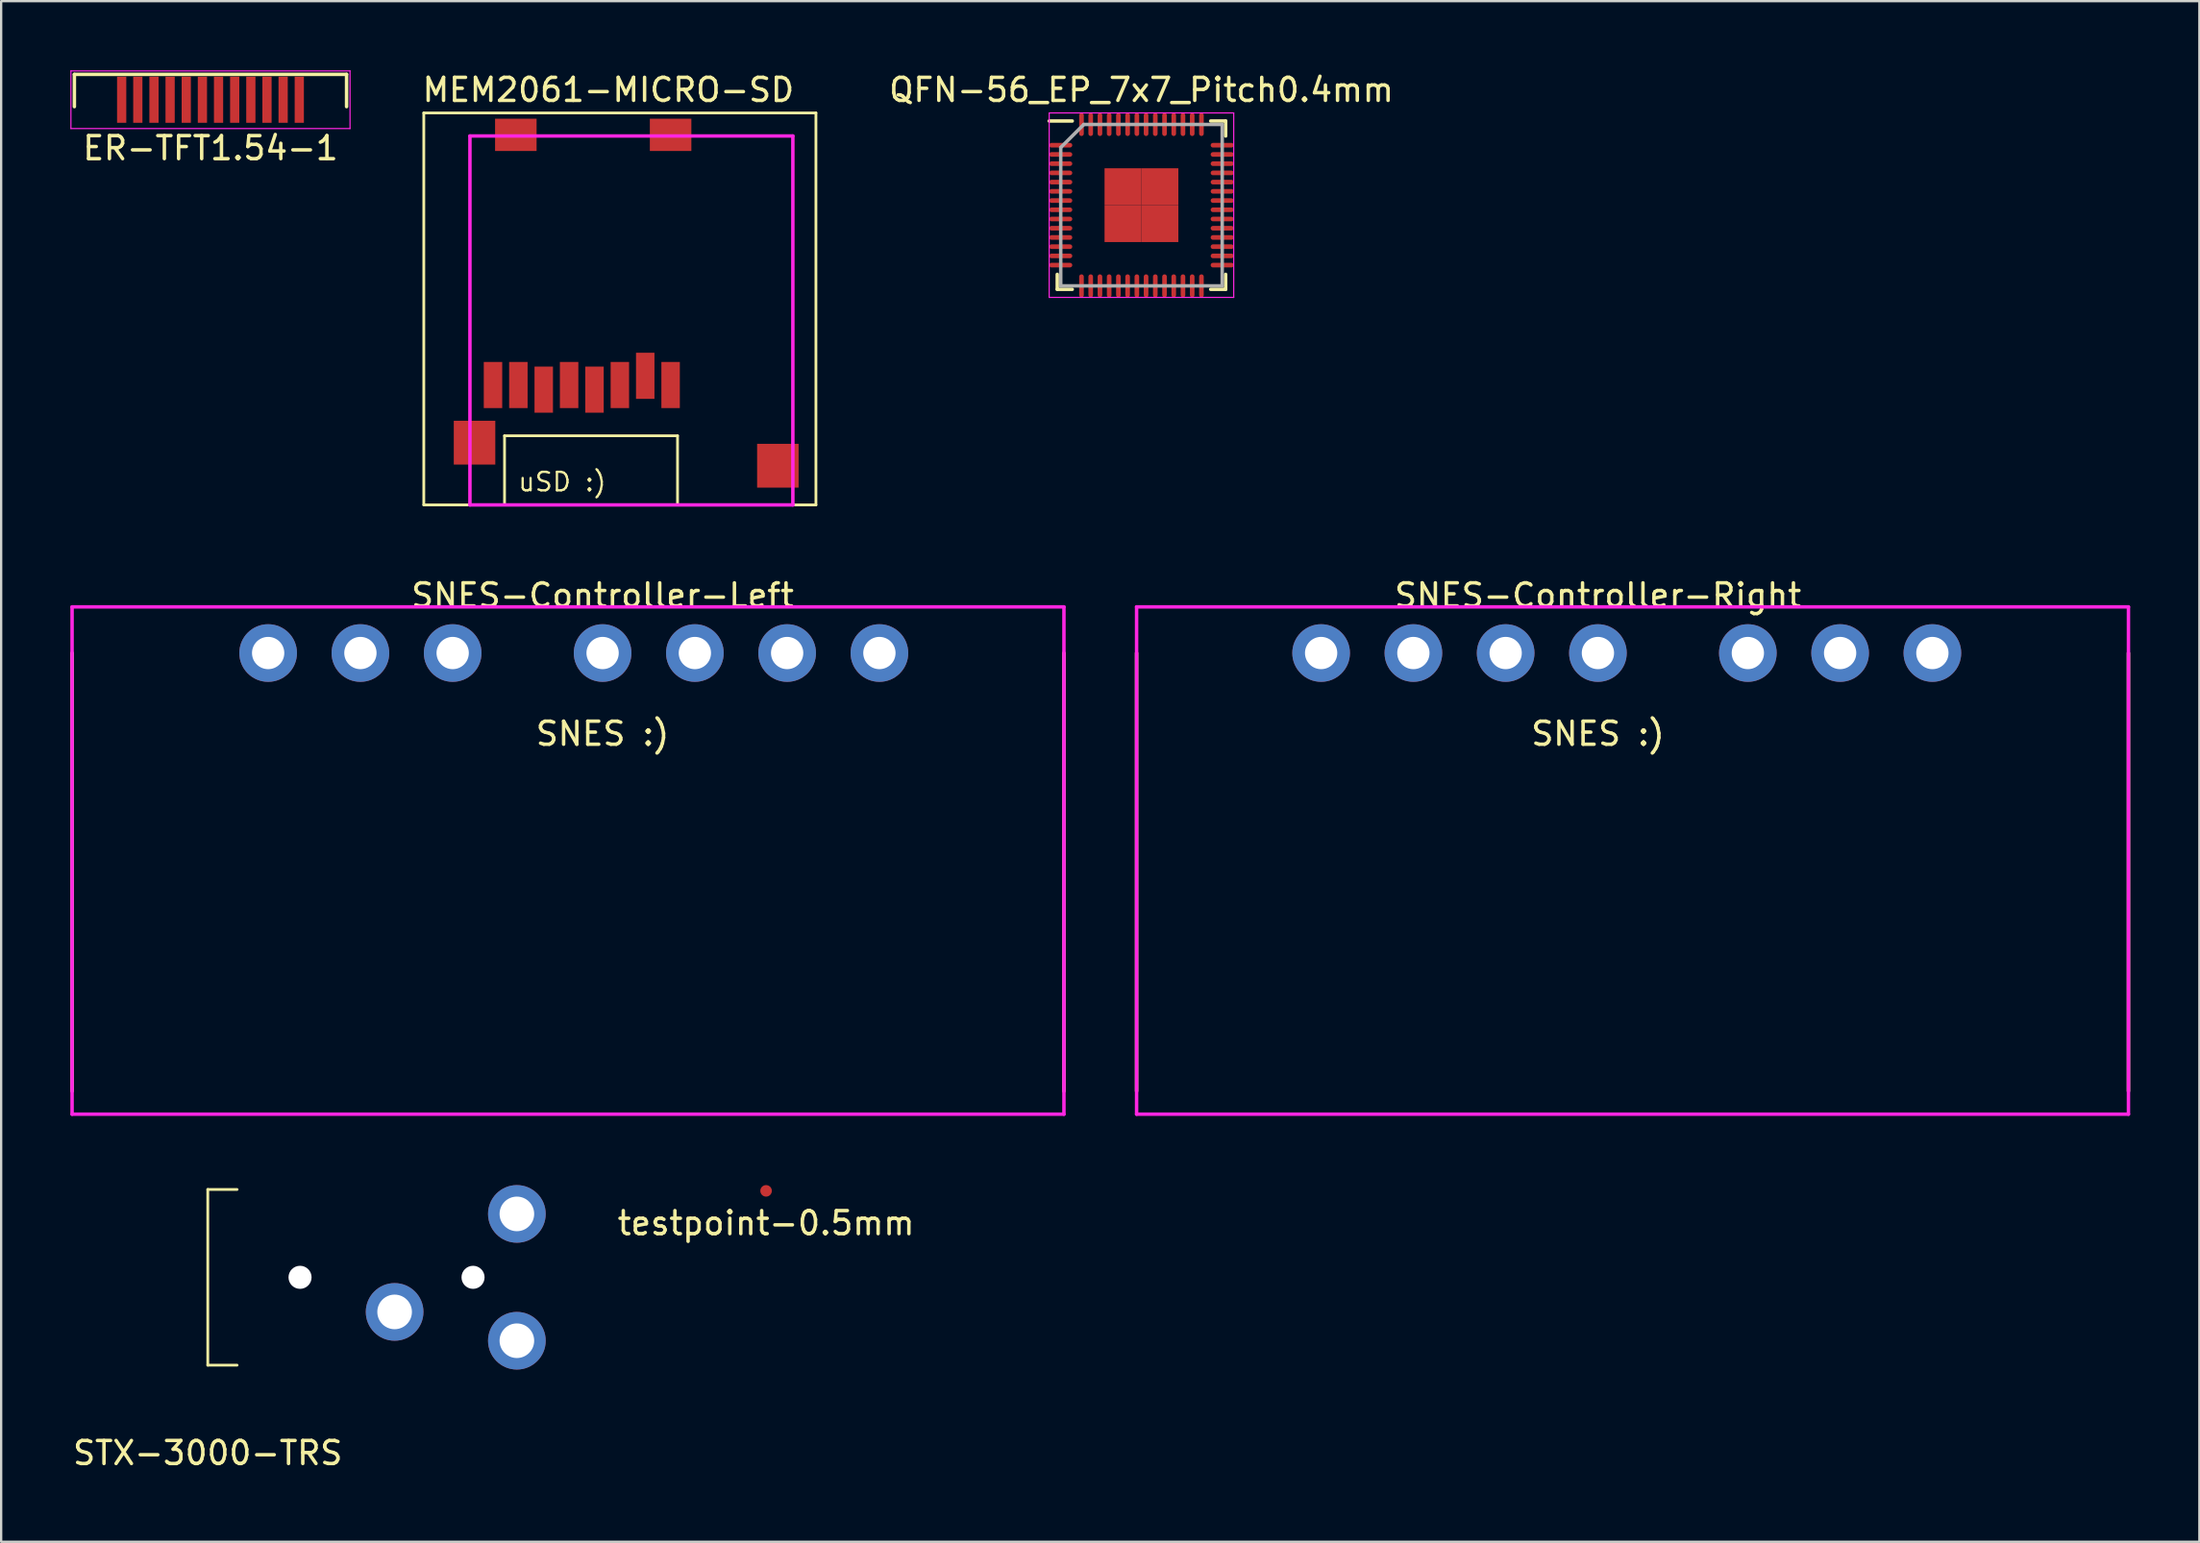
<source format=kicad_pcb>
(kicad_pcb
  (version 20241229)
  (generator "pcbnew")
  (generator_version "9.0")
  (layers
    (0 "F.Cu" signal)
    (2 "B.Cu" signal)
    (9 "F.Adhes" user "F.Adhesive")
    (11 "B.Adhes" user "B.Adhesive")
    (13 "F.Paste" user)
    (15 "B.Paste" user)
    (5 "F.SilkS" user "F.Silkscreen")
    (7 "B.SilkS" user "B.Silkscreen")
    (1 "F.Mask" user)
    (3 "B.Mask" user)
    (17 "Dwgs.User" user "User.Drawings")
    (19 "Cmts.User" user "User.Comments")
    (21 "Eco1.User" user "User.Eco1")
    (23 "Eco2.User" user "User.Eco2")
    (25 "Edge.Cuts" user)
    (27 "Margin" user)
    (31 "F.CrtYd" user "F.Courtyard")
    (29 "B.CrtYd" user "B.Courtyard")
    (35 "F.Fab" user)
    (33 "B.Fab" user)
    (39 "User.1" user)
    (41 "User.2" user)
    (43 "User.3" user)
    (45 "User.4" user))
  (footprint "testpoint-0.5mm"
    (layer "F.Cu")
    (at 30.162 48.596)
    (property "Reference" "testpoint-0.5mm" (at 0 1.4 0) (layer "F.SilkS") (effects (font (size 1 1) (thickness 0.15))))
    (attr through_hole)
    (pad "1" smd circle (at 0 0) (size 0.5 0.5) (layers "F.Cu" "F.Mask" "F.Paste")))
  (footprint "STX-3000-TRS"
    (layer "F.Cu")
    (at 5.958 52.346)
    (property "Reference" "STX-3000-TRS" (at 0 7.62 0) (layer "F.SilkS") (effects (font (size 1 1) (thickness 0.15))))
    (attr through_hole)
    (fp_line (start 0 -3.81) (end 0 3.81) (stroke (width 0.12) (type solid)) (layer "F.SilkS"))
    (fp_line (start 0 -3.81) (end 1.27 -3.81) (stroke (width 0.12) (type solid)) (layer "F.SilkS"))
    (fp_line (start 0 3.81) (end 1.27 3.81) (stroke (width 0.12) (type solid)) (layer "F.SilkS"))
    (pad "" np_thru_hole circle (at 4 0) (size 1 1) (drill 1) (layers "*.Cu" "*.Mask"))
    (pad "" np_thru_hole circle (at 11.5 0) (size 1 1) (drill 1) (layers "*.Cu" "*.Mask"))
    (pad "R" thru_hole circle (at 13.4 -2.75) (size 2.5 2.5) (drill 1.5) (layers "*.Cu" "*.Mask"))
    (pad "S" thru_hole circle (at 8.1 1.5) (size 2.5 2.5) (drill 1.5) (layers "*.Cu" "*.Mask"))
    (pad "T" thru_hole circle (at 13.4 2.75) (size 2.5 2.5) (drill 1.5) (layers "*.Cu" "*.Mask")))
  (footprint "SNES-Controller-Left"
    (layer "F.Cu")
    (at 23.075 25.271)
    (property "Reference" "SNES-Controller-Left" (at 0 -2.5 0) (layer "F.SilkS") (effects (font (size 1 1) (thickness 0.15))))
    (attr through_hole)
    (fp_line (start -23 0) (end -23 19) (stroke (width 0.15) (type solid)) (layer "F.SilkS"))
    (fp_line (start 20 0) (end 20 19) (stroke (width 0.15) (type solid)) (layer "F.SilkS"))
    (fp_line (start -23 -2) (end -23 20) (stroke (width 0.15) (type solid)) (layer "F.CrtYd"))
    (fp_line (start -23 20) (end 20 20) (stroke (width 0.15) (type solid)) (layer "F.CrtYd"))
    (fp_line (start 20 -2) (end -23 -2) (stroke (width 0.15) (type solid)) (layer "F.CrtYd"))
    (fp_line (start 20 20) (end 20 -2) (stroke (width 0.15) (type solid)) (layer "F.CrtYd"))
    (fp_text user "SNES :)" (at 0 3.5 0) (layer "F.SilkS") (effects (font (size 1 1) (thickness 0.15))))
    (pad "1" thru_hole circle (at 12 0 180) (size 2.5 2.5) (drill 1.4) (layers "*.Cu" "*.Mask"))
    (pad "2" thru_hole circle (at 8 0 180) (size 2.5 2.5) (drill 1.4) (layers "*.Cu" "*.Mask"))
    (pad "3" thru_hole circle (at 4 0 180) (size 2.5 2.5) (drill 1.4) (layers "*.Cu" "*.Mask"))
    (pad "4" thru_hole circle (at 0 0 180) (size 2.5 2.5) (drill 1.4) (layers "*.Cu" "*.Mask"))
    (pad "5" thru_hole circle (at -6.5 0 180) (size 2.5 2.5) (drill 1.4) (layers "*.Cu" "*.Mask"))
    (pad "6" thru_hole circle (at -10.5 0 180) (size 2.5 2.5) (drill 1.4) (layers "*.Cu" "*.Mask"))
    (pad "7" thru_hole circle (at -14.5 0 180) (size 2.5 2.5) (drill 1.4) (layers "*.Cu" "*.Mask")))
  (footprint "ER-TFT1.54-1"
    (layer "F.Cu")
    (at 6.075 1.275)
    (property "Reference" "ER-TFT1.54-1" (at 0 2.1 0) (layer "F.SilkS") (effects (font (size 1 1) (thickness 0.15))))
    (attr smd)
    (fp_line (start -5.9 -1.1) (end 5.9 -1.1) (stroke (width 0.15) (type solid)) (layer "F.SilkS"))
    (fp_line (start -5.9 0.3) (end -5.9 -1.1) (stroke (width 0.15) (type solid)) (layer "F.SilkS"))
    (fp_line (start 5.9 0.3) (end 5.9 -1.1) (stroke (width 0.15) (type solid)) (layer "F.SilkS"))
    (fp_line (start -6.05 -1.25) (end 6.05 -1.25) (stroke (width 0.05) (type solid)) (layer "F.CrtYd"))
    (fp_line (start -6.05 1.25) (end -6.05 -1.25) (stroke (width 0.05) (type solid)) (layer "F.CrtYd"))
    (fp_line (start 6.05 -1.25) (end 6.05 1.25) (stroke (width 0.05) (type solid)) (layer "F.CrtYd"))
    (fp_line (start 6.05 1.25) (end -6.05 1.25) (stroke (width 0.05) (type solid)) (layer "F.CrtYd"))
    (pad "1" smd rect (at -3.85 0) (size 0.4 2) (layers "F.Cu" "F.Mask" "F.Paste"))
    (pad "2" smd rect (at -3.15 0) (size 0.4 2) (layers "F.Cu" "F.Mask" "F.Paste"))
    (pad "3" smd rect (at -2.45 0) (size 0.4 2) (layers "F.Cu" "F.Mask" "F.Paste"))
    (pad "4" smd rect (at -1.75 0) (size 0.4 2) (layers "F.Cu" "F.Mask" "F.Paste"))
    (pad "5" smd rect (at -1.05 0) (size 0.4 2) (layers "F.Cu" "F.Mask" "F.Paste"))
    (pad "6" smd rect (at -0.35 0) (size 0.4 2) (layers "F.Cu" "F.Mask" "F.Paste"))
    (pad "7" smd rect (at 0.35 0) (size 0.4 2) (layers "F.Cu" "F.Mask" "F.Paste"))
    (pad "8" smd rect (at 1.05 0) (size 0.4 2) (layers "F.Cu" "F.Mask" "F.Paste"))
    (pad "9" smd rect (at 1.75 0) (size 0.4 2) (layers "F.Cu" "F.Mask" "F.Paste"))
    (pad "10" smd rect (at 2.45 0) (size 0.4 2) (layers "F.Cu" "F.Mask" "F.Paste"))
    (pad "11" smd rect (at 3.15 0) (size 0.4 2) (layers "F.Cu" "F.Mask" "F.Paste"))
    (pad "12" smd rect (at 3.85 0) (size 0.4 2) (layers "F.Cu" "F.Mask" "F.Paste")))
  (footprint "QFN-56_EP_7x7_Pitch0.4mm"
    (layer "F.Cu")
    (at 46.436 5.848)
    (property "Reference" "QFN-56_EP_7x7_Pitch0.4mm" (at 0 -5 0) (layer "F.SilkS") (effects (font (size 1 1) (thickness 0.15))))
    (attr smd)
    (fp_line (start -3.65 3.65) (end -3.65 3) (stroke (width 0.15) (type solid)) (layer "F.SilkS"))
    (fp_line (start -3 -3.65) (end -4 -3.65) (stroke (width 0.15) (type solid)) (layer "F.SilkS"))
    (fp_line (start -3 3.65) (end -3.65 3.65) (stroke (width 0.15) (type solid)) (layer "F.SilkS"))
    (fp_line (start 3 -3.65) (end 3.65 -3.65) (stroke (width 0.15) (type solid)) (layer "F.SilkS"))
    (fp_line (start 3 3.65) (end 3.65 3.65) (stroke (width 0.15) (type solid)) (layer "F.SilkS"))
    (fp_line (start 3.65 -3.65) (end 3.65 -3) (stroke (width 0.15) (type solid)) (layer "F.SilkS"))
    (fp_line (start 3.65 3.65) (end 3.65 3) (stroke (width 0.15) (type solid)) (layer "F.SilkS"))
    (fp_line (start -4 -4) (end 4 -4) (stroke (width 0.05) (type solid)) (layer "F.CrtYd"))
    (fp_line (start -4 4) (end -4 -4) (stroke (width 0.05) (type solid)) (layer "F.CrtYd"))
    (fp_line (start 4 -4) (end 4 4) (stroke (width 0.05) (type solid)) (layer "F.CrtYd"))
    (fp_line (start 4 4) (end -4 4) (stroke (width 0.05) (type solid)) (layer "F.CrtYd"))
    (fp_line (start -3.5 -2.5) (end -3.5 3.5) (stroke (width 0.15) (type solid)) (layer "F.Fab"))
    (fp_line (start -3.5 3.5) (end 3.5 3.5) (stroke (width 0.15) (type solid)) (layer "F.Fab"))
    (fp_line (start -2.5 -3.5) (end -3.5 -2.5) (stroke (width 0.15) (type solid)) (layer "F.Fab"))
    (fp_line (start 3.5 -3.5) (end -2.5 -3.5) (stroke (width 0.15) (type solid)) (layer "F.Fab"))
    (fp_line (start 3.5 3.5) (end 3.5 -3.5) (stroke (width 0.15) (type solid)) (layer "F.Fab"))
    (pad "0" smd rect (at -0.8 -0.8) (size 1.6 1.6) (layers "F.Cu" "F.Mask" "F.Paste"))
    (pad "0" smd rect (at -0.8 0.8) (size 1.6 1.6) (layers "F.Cu" "F.Mask" "F.Paste"))
    (pad "0" smd rect (at 0.8 -0.8) (size 1.6 1.6) (layers "F.Cu" "F.Mask" "F.Paste"))
    (pad "0" smd rect (at 0.8 0.8) (size 1.6 1.6) (layers "F.Cu" "F.Mask" "F.Paste"))
    (pad "1" smd oval (at -3.5 -2.6 90) (size 0.2 1) (layers "F.Cu" "F.Mask" "F.Paste"))
    (pad "2" smd oval (at -3.5 -2.2 90) (size 0.2 1) (layers "F.Cu" "F.Mask" "F.Paste"))
    (pad "3" smd oval (at -3.5 -1.8 90) (size 0.2 1) (layers "F.Cu" "F.Mask" "F.Paste"))
    (pad "4" smd oval (at -3.5 -1.4 90) (size 0.2 1) (layers "F.Cu" "F.Mask" "F.Paste"))
    (pad "5" smd oval (at -3.5 -1 90) (size 0.2 1) (layers "F.Cu" "F.Mask" "F.Paste"))
    (pad "6" smd oval (at -3.5 -0.6 90) (size 0.2 1) (layers "F.Cu" "F.Mask" "F.Paste"))
    (pad "7" smd oval (at -3.5 -0.2 90) (size 0.2 1) (layers "F.Cu" "F.Mask" "F.Paste"))
    (pad "8" smd oval (at -3.5 0.2 90) (size 0.2 1) (layers "F.Cu" "F.Mask" "F.Paste"))
    (pad "9" smd oval (at -3.5 0.6 90) (size 0.2 1) (layers "F.Cu" "F.Mask" "F.Paste"))
    (pad "10" smd oval (at -3.5 1 90) (size 0.2 1) (layers "F.Cu" "F.Mask" "F.Paste"))
    (pad "11" smd oval (at -3.5 1.4 90) (size 0.2 1) (layers "F.Cu" "F.Mask" "F.Paste"))
    (pad "12" smd oval (at -3.5 1.8 90) (size 0.2 1) (layers "F.Cu" "F.Mask" "F.Paste"))
    (pad "13" smd oval (at -3.5 2.2 90) (size 0.2 1) (layers "F.Cu" "F.Mask" "F.Paste"))
    (pad "14" smd oval (at -3.5 2.6 90) (size 0.2 1) (layers "F.Cu" "F.Mask" "F.Paste"))
    (pad "15" smd oval (at -2.6 3.5) (size 0.2 1) (layers "F.Cu" "F.Mask" "F.Paste"))
    (pad "16" smd oval (at -2.2 3.5) (size 0.2 1) (layers "F.Cu" "F.Mask" "F.Paste"))
    (pad "17" smd oval (at -1.8 3.5) (size 0.2 1) (layers "F.Cu" "F.Mask" "F.Paste"))
    (pad "18" smd oval (at -1.4 3.5) (size 0.2 1) (layers "F.Cu" "F.Mask" "F.Paste"))
    (pad "19" smd oval (at -1 3.5) (size 0.2 1) (layers "F.Cu" "F.Mask" "F.Paste"))
    (pad "20" smd oval (at -0.6 3.5) (size 0.2 1) (layers "F.Cu" "F.Mask" "F.Paste"))
    (pad "21" smd oval (at -0.2 3.5) (size 0.2 1) (layers "F.Cu" "F.Mask" "F.Paste"))
    (pad "22" smd oval (at 0.2 3.5) (size 0.2 1) (layers "F.Cu" "F.Mask" "F.Paste"))
    (pad "23" smd oval (at 0.6 3.5) (size 0.2 1) (layers "F.Cu" "F.Mask" "F.Paste"))
    (pad "24" smd oval (at 1 3.5) (size 0.2 1) (layers "F.Cu" "F.Mask" "F.Paste"))
    (pad "25" smd oval (at 1.4 3.5) (size 0.2 1) (layers "F.Cu" "F.Mask" "F.Paste"))
    (pad "26" smd oval (at 1.8 3.5) (size 0.2 1) (layers "F.Cu" "F.Mask" "F.Paste"))
    (pad "27" smd oval (at 2.2 3.5) (size 0.2 1) (layers "F.Cu" "F.Mask" "F.Paste"))
    (pad "28" smd oval (at 2.6 3.5) (size 0.2 1) (layers "F.Cu" "F.Mask" "F.Paste"))
    (pad "29" smd oval (at 3.5 2.6 90) (size 0.2 1) (layers "F.Cu" "F.Mask" "F.Paste"))
    (pad "30" smd oval (at 3.5 2.2 90) (size 0.2 1) (layers "F.Cu" "F.Mask" "F.Paste"))
    (pad "31" smd oval (at 3.5 1.8 90) (size 0.2 1) (layers "F.Cu" "F.Mask" "F.Paste"))
    (pad "32" smd oval (at 3.5 1.4 90) (size 0.2 1) (layers "F.Cu" "F.Mask" "F.Paste"))
    (pad "33" smd oval (at 3.5 1 90) (size 0.2 1) (layers "F.Cu" "F.Mask" "F.Paste"))
    (pad "34" smd oval (at 3.5 0.6 90) (size 0.2 1) (layers "F.Cu" "F.Mask" "F.Paste"))
    (pad "35" smd oval (at 3.5 0.2 90) (size 0.2 1) (layers "F.Cu" "F.Mask" "F.Paste"))
    (pad "36" smd oval (at 3.5 -0.2 90) (size 0.2 1) (layers "F.Cu" "F.Mask" "F.Paste"))
    (pad "37" smd oval (at 3.5 -0.6 90) (size 0.2 1) (layers "F.Cu" "F.Mask" "F.Paste"))
    (pad "38" smd oval (at 3.5 -1 90) (size 0.2 1) (layers "F.Cu" "F.Mask" "F.Paste"))
    (pad "39" smd oval (at 3.5 -1.4 90) (size 0.2 1) (layers "F.Cu" "F.Mask" "F.Paste"))
    (pad "40" smd oval (at 3.5 -1.8 90) (size 0.2 1) (layers "F.Cu" "F.Mask" "F.Paste"))
    (pad "41" smd oval (at 3.5 -2.2 90) (size 0.2 1) (layers "F.Cu" "F.Mask" "F.Paste"))
    (pad "42" smd oval (at 3.5 -2.6 90) (size 0.2 1) (layers "F.Cu" "F.Mask" "F.Paste"))
    (pad "43" smd oval (at 2.6 -3.5) (size 0.2 1) (layers "F.Cu" "F.Mask" "F.Paste"))
    (pad "44" smd oval (at 2.2 -3.5) (size 0.2 1) (layers "F.Cu" "F.Mask" "F.Paste"))
    (pad "45" smd oval (at 1.8 -3.5) (size 0.2 1) (layers "F.Cu" "F.Mask" "F.Paste"))
    (pad "46" smd oval (at 1.4 -3.5) (size 0.2 1) (layers "F.Cu" "F.Mask" "F.Paste"))
    (pad "47" smd oval (at 1 -3.5) (size 0.2 1) (layers "F.Cu" "F.Mask" "F.Paste"))
    (pad "48" smd oval (at 0.6 -3.5) (size 0.2 1) (layers "F.Cu" "F.Mask" "F.Paste"))
    (pad "49" smd oval (at 0.2 -3.5) (size 0.2 1) (layers "F.Cu" "F.Mask" "F.Paste"))
    (pad "50" smd oval (at -0.2 -3.5) (size 0.2 1) (layers "F.Cu" "F.Mask" "F.Paste"))
    (pad "51" smd oval (at -0.6 -3.5) (size 0.2 1) (layers "F.Cu" "F.Mask" "F.Paste"))
    (pad "52" smd oval (at -1 -3.5) (size 0.2 1) (layers "F.Cu" "F.Mask" "F.Paste"))
    (pad "53" smd oval (at -1.4 -3.5) (size 0.2 1) (layers "F.Cu" "F.Mask" "F.Paste"))
    (pad "54" smd oval (at -1.8 -3.5) (size 0.2 1) (layers "F.Cu" "F.Mask" "F.Paste"))
    (pad "55" smd oval (at -2.2 -3.5) (size 0.2 1) (layers "F.Cu" "F.Mask" "F.Paste"))
    (pad "56" smd oval (at -2.6 -3.5) (size 0.2 1) (layers "F.Cu" "F.Mask" "F.Paste")))
  (footprint "SNES-Controller-Right"
    (layer "F.Cu")
    (at 66.225 25.271)
    (property "Reference" "SNES-Controller-Right" (at 0 -2.5 0) (layer "F.SilkS") (effects (font (size 1 1) (thickness 0.15))))
    (attr through_hole)
    (fp_line (start -20 0) (end -20 19) (stroke (width 0.15) (type solid)) (layer "F.SilkS"))
    (fp_line (start 23 0) (end 23 19) (stroke (width 0.15) (type solid)) (layer "F.SilkS"))
    (fp_line (start -20 -2) (end -20 20) (stroke (width 0.15) (type solid)) (layer "F.CrtYd"))
    (fp_line (start -20 20) (end 23 20) (stroke (width 0.15) (type solid)) (layer "F.CrtYd"))
    (fp_line (start 23 -2) (end -20 -2) (stroke (width 0.15) (type solid)) (layer "F.CrtYd"))
    (fp_line (start 23 20) (end 23 -2) (stroke (width 0.15) (type solid)) (layer "F.CrtYd"))
    (fp_text user "SNES :)" (at 0 3.5 0) (layer "F.SilkS") (effects (font (size 1 1) (thickness 0.15))))
    (pad "1" thru_hole circle (at -12 0) (size 2.5 2.5) (drill 1.4) (layers "*.Cu" "*.Mask"))
    (pad "2" thru_hole circle (at -8 0) (size 2.5 2.5) (drill 1.4) (layers "*.Cu" "*.Mask"))
    (pad "3" thru_hole circle (at -4 0) (size 2.5 2.5) (drill 1.4) (layers "*.Cu" "*.Mask"))
    (pad "4" thru_hole circle (at 0 0) (size 2.5 2.5) (drill 1.4) (layers "*.Cu" "*.Mask"))
    (pad "5" thru_hole circle (at 6.5 0) (size 2.5 2.5) (drill 1.4) (layers "*.Cu" "*.Mask"))
    (pad "6" thru_hole circle (at 10.5 0) (size 2.5 2.5) (drill 1.4) (layers "*.Cu" "*.Mask"))
    (pad "7" thru_hole circle (at 14.5 0) (size 2.5 2.5) (drill 1.4) (layers "*.Cu" "*.Mask")))
  (footprint "MEM2061-MICRO-SD"
    (layer "F.Cu")
    (at 18.323 13.848)
    (property "Reference" "MEM2061-MICRO-SD" (at 5 -13 0) (layer "F.SilkS") (effects (font (size 1 1) (thickness 0.15))))
    (attr through_hole)
    (fp_line (start -3 -12) (end 14 -12) (stroke (width 0.12) (type solid)) (layer "F.SilkS"))
    (fp_line (start -3 5) (end -3 -12) (stroke (width 0.12) (type solid)) (layer "F.SilkS"))
    (fp_line (start 0.5 2) (end 8 2) (stroke (width 0.12) (type solid)) (layer "F.SilkS"))
    (fp_line (start 0.5 5) (end 0.5 2) (stroke (width 0.12) (type solid)) (layer "F.SilkS"))
    (fp_line (start 8 2) (end 8 5) (stroke (width 0.12) (type solid)) (layer "F.SilkS"))
    (fp_line (start 14 -12) (end 14 5) (stroke (width 0.12) (type solid)) (layer "F.SilkS"))
    (fp_line (start 14 5) (end -3 5) (stroke (width 0.12) (type solid)) (layer "F.SilkS"))
    (fp_line (start -1 -11) (end 13 -11) (stroke (width 0.15) (type solid)) (layer "F.CrtYd"))
    (fp_line (start -1 5) (end -1 -11) (stroke (width 0.15) (type solid)) (layer "F.CrtYd"))
    (fp_line (start 13 -11) (end 13 5) (stroke (width 0.15) (type solid)) (layer "F.CrtYd"))
    (fp_line (start 13 5) (end -1 5) (stroke (width 0.15) (type solid)) (layer "F.CrtYd"))
    (fp_text user "uSD :)" (at 3 4 0) (layer "F.SilkS") (effects (font (size 0.8 0.8) (thickness 0.1))))
    (pad "1" smd rect (at 7.7 -0.2) (size 0.8 2) (layers "F.Cu" "F.Mask" "F.Paste"))
    (pad "2" smd rect (at 6.6 -0.6) (size 0.8 2) (layers "F.Cu" "F.Mask" "F.Paste"))
    (pad "3" smd rect (at 5.5 -0.2) (size 0.8 2) (layers "F.Cu" "F.Mask" "F.Paste"))
    (pad "4" smd rect (at 4.4 0) (size 0.8 2) (layers "F.Cu" "F.Mask" "F.Paste"))
    (pad "5" smd rect (at 3.3 -0.2) (size 0.8 2) (layers "F.Cu" "F.Mask" "F.Paste"))
    (pad "6" smd rect (at 2.2 0) (size 0.8 2) (layers "F.Cu" "F.Mask" "F.Paste"))
    (pad "7" smd rect (at 1.1 -0.2) (size 0.8 2) (layers "F.Cu" "F.Mask" "F.Paste"))
    (pad "8" smd rect (at 0 -0.2) (size 0.8 2) (layers "F.Cu" "F.Mask" "F.Paste"))
    (pad "9" smd rect (at -0.8 2.3) (size 1.8 1.9) (layers "F.Cu" "F.Mask" "F.Paste"))
    (pad "9" smd rect (at 0.99 -11.05) (size 1.8 1.4) (layers "F.Cu" "F.Mask" "F.Paste"))
    (pad "9" smd rect (at 7.7 -11.05) (size 1.8 1.4) (layers "F.Cu" "F.Mask" "F.Paste"))
    (pad "9" smd rect (at 12.35 3.3) (size 1.8 1.9) (layers "F.Cu" "F.Mask" "F.Paste")))
  (gr_rect
    (start -3 -3)
    (end 92.3 63.815)
    (stroke (width 0.1) (type default))
    (fill no)
    (layer "Edge.Cuts")))
</source>
